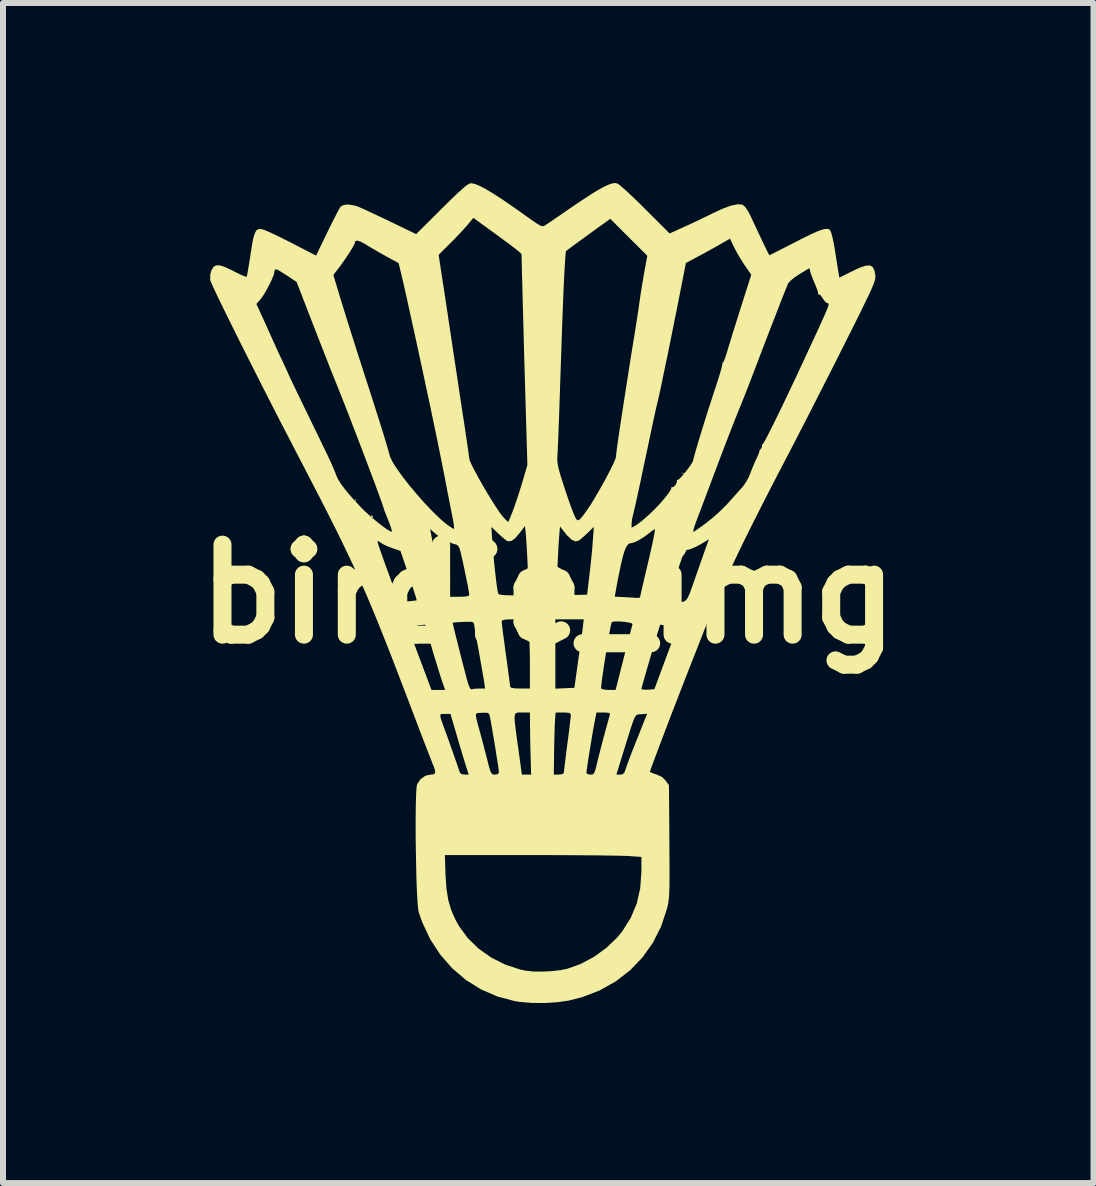
<source format=kicad_pcb>
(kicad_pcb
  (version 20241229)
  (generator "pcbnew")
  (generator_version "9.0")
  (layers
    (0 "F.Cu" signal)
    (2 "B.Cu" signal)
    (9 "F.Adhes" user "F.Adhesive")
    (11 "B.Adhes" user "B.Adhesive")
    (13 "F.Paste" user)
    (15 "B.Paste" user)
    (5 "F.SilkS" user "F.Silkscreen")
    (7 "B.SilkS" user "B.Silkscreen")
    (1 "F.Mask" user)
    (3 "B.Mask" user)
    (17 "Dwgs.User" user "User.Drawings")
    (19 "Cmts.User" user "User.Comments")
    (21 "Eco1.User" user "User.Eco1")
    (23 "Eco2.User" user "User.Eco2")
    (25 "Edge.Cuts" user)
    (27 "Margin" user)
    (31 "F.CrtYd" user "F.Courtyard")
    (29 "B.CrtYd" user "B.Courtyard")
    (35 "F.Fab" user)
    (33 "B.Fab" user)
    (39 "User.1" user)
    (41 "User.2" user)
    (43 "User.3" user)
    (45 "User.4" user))
  (footprint "birdie_img"
    (layer "F.Cu")
    (at 6.086 6.847)
    (property "Reference" "birdie_img" (at 0 0 0) (layer "F.SilkS") (effects (font (size 1.5 1.5) (thickness 0.3))))
    (attr board_only exclude_from_pos_files exclude_from_bom)
    (fp_poly (pts (xy -3.199 -1.564) (xy -3.21 -1.552) (xy -3.222 -1.564) (xy -3.21 -1.576)) (stroke (width 0) (type solid)) (fill yes) (layer "F.SilkS"))
    (fp_poly (pts (xy 2.258 -2.011) (xy 2.246 -1.999) (xy 2.234 -2.011) (xy 2.246 -2.023)) (stroke (width 0) (type solid)) (fill yes) (layer "F.SilkS"))
    (fp_poly (pts (xy -2.943 -1.308) (xy -2.918 -1.284) (xy -2.923 -1.27) (xy -2.927 -1.27) (xy -2.947 -1.287) (xy -2.954 -1.297) (xy -2.957 -1.313)) (stroke (width 0) (type solid)) (fill yes) (layer "F.SilkS"))
    (fp_poly (pts (xy 1.151 -6.84) (xy 1.152 -6.84) (xy 1.185 -6.817) (xy 1.245 -6.766) (xy 1.328 -6.691) (xy 1.427 -6.598) (xy 1.538 -6.49) (xy 1.616 -6.412) (xy 2.022 -6.007) (xy 2.263 -6.116) (xy 2.392 -6.175) (xy 2.535 -6.243) (xy 2.669 -6.308) (xy 2.723 -6.335) (xy 2.901 -6.418) (xy 3.047 -6.471) (xy 3.159 -6.494) (xy 3.236 -6.486) (xy 3.241 -6.484) (xy 3.283 -6.446) (xy 3.333 -6.371) (xy 3.373 -6.293) (xy 3.463 -6.1) (xy 3.535 -5.947) (xy 3.591 -5.829) (xy 3.632 -5.744) (xy 3.66 -5.687) (xy 3.677 -5.655) (xy 3.685 -5.644) (xy 3.685 -5.644) (xy 3.708 -5.655) (xy 3.765 -5.683) (xy 3.851 -5.727) (xy 3.958 -5.782) (xy 4.075 -5.842) (xy 4.249 -5.931) (xy 4.386 -5.998) (xy 4.493 -6.045) (xy 4.572 -6.073) (xy 4.629 -6.084) (xy 4.669 -6.08) (xy 4.694 -6.064) (xy 4.712 -6.026) (xy 4.734 -5.949) (xy 4.757 -5.841) (xy 4.775 -5.737) (xy 4.794 -5.616) (xy 4.812 -5.504) (xy 4.826 -5.413) (xy 4.835 -5.358) (xy 4.851 -5.271) (xy 5.059 -5.375) (xy 5.19 -5.437) (xy 5.289 -5.47) (xy 5.359 -5.474) (xy 5.405 -5.449) (xy 5.434 -5.393) (xy 5.45 -5.309) (xy 5.451 -5.285) (xy 5.448 -5.257) (xy 5.44 -5.221) (xy 5.425 -5.176) (xy 5.401 -5.115) (xy 5.366 -5.037) (xy 5.319 -4.937) (xy 5.258 -4.811) (xy 5.182 -4.656) (xy 5.089 -4.468) (xy 4.976 -4.244) (xy 4.918 -4.128) (xy 4.794 -3.881) (xy 4.66 -3.617) (xy 4.521 -3.344) (xy 4.382 -3.071) (xy 4.248 -2.809) (xy 4.122 -2.564) (xy 4.01 -2.348) (xy 3.95 -2.234) (xy 3.743 -1.836) (xy 3.558 -1.474) (xy 3.391 -1.143) (xy 3.24 -0.839) (xy 3.104 -0.555) (xy 2.98 -0.288) (xy 2.865 -0.033) (xy 2.758 0.216) (xy 2.656 0.463) (xy 2.568 0.682) (xy 2.461 0.956) (xy 2.368 1.192) (xy 2.288 1.397) (xy 2.218 1.577) (xy 2.155 1.739) (xy 2.097 1.889) (xy 2.041 2.033) (xy 1.986 2.178) (xy 1.928 2.331) (xy 1.903 2.397) (xy 1.845 2.549) (xy 1.794 2.685) (xy 1.751 2.801) (xy 1.718 2.89) (xy 1.699 2.946) (xy 1.693 2.963) (xy 1.714 2.977) (xy 1.766 2.996) (xy 1.797 3.005) (xy 1.895 3.049) (xy 1.956 3.11) (xy 2.011 3.187) (xy 2.018 4.124) (xy 2.019 4.362) (xy 2.02 4.557) (xy 2.02 4.717) (xy 2.019 4.844) (xy 2.017 4.946) (xy 2.013 5.026) (xy 2.007 5.091) (xy 2 5.146) (xy 1.99 5.195) (xy 1.978 5.244) (xy 1.978 5.245) (xy 1.88 5.541) (xy 1.743 5.812) (xy 1.57 6.056) (xy 1.362 6.272) (xy 1.124 6.456) (xy 0.857 6.606) (xy 0.564 6.719) (xy 0.344 6.775) (xy 0.156 6.803) (xy -0.055 6.816) (xy -0.271 6.815) (xy -0.472 6.798) (xy -0.553 6.786) (xy -0.847 6.708) (xy -1.122 6.589) (xy -1.374 6.431) (xy -1.601 6.237) (xy -1.8 6.01) (xy -1.968 5.753) (xy -2.102 5.467) (xy -2.159 5.303) (xy -2.168 5.25) (xy -2.177 5.157) (xy -2.185 5.031) (xy -2.192 4.878) (xy -2.198 4.703) (xy -2.202 4.514) (xy -2.205 4.351) (xy -1.723 4.351) (xy -1.712 4.686) (xy -1.697 4.908) (xy -1.667 5.097) (xy -1.618 5.266) (xy -1.548 5.426) (xy -1.485 5.539) (xy -1.34 5.736) (xy -1.158 5.912) (xy -0.947 6.061) (xy -0.713 6.178) (xy -0.464 6.259) (xy -0.371 6.278) (xy -0.251 6.291) (xy -0.103 6.293) (xy 0.054 6.285) (xy 0.203 6.268) (xy 0.318 6.245) (xy 0.541 6.165) (xy 0.761 6.047) (xy 0.967 5.898) (xy 1.147 5.726) (xy 1.236 5.617) (xy 1.376 5.393) (xy 1.474 5.158) (xy 1.532 4.904) (xy 1.552 4.626) (xy 1.552 4.614) (xy 1.552 4.382) (xy 1.323 4.366) (xy 1.257 4.364) (xy 1.15 4.361) (xy 1.005 4.359) (xy 0.829 4.356) (xy 0.625 4.355) (xy 0.399 4.353) (xy 0.156 4.352) (xy -0.098 4.351) (xy -0.315 4.351) (xy -1.723 4.351) (xy -2.205 4.351) (xy -2.206 4.317) (xy -2.209 4.117) (xy -2.21 3.921) (xy -2.21 3.735) (xy -2.208 3.565) (xy -2.205 3.417) (xy -2.2 3.298) (xy -2.194 3.214) (xy -2.186 3.171) (xy -2.128 3.085) (xy -2.046 3.028) (xy -1.961 3.01) (xy -1.91 3.005) (xy -1.886 2.984) (xy -1.887 2.939) (xy -1.913 2.863) (xy -1.928 2.827) (xy -1.948 2.776) (xy -1.982 2.689) (xy -2.028 2.571) (xy -2.083 2.429) (xy -2.144 2.27) (xy -2.208 2.101) (xy -2.22 2.07) (xy -2.241 2.014) (xy -1.798 2.014) (xy -1.798 2.044) (xy -1.784 2.096) (xy -1.755 2.179) (xy -1.712 2.297) (xy -1.7 2.328) (xy -1.655 2.454) (xy -1.606 2.593) (xy -1.562 2.719) (xy -1.55 2.752) (xy -1.518 2.844) (xy -1.492 2.921) (xy -1.474 2.971) (xy -1.471 2.981) (xy -1.442 3.002) (xy -1.393 3.01) (xy -1.326 3.01) (xy -1.391 2.805) (xy -1.424 2.698) (xy -1.464 2.564) (xy -1.507 2.42) (xy -1.542 2.299) (xy -1.621 2.029) (xy -1.207 2.029) (xy -1.198 2.081) (xy -1.176 2.165) (xy -1.143 2.285) (xy -1.137 2.305) (xy -1.107 2.418) (xy -1.071 2.555) (xy -1.035 2.693) (xy -1.018 2.758) (xy -0.99 2.868) (xy -0.969 2.94) (xy -0.95 2.983) (xy -0.931 3.003) (xy -0.907 3.01) (xy -0.889 3.01) (xy -0.839 3.002) (xy -0.823 2.97) (xy -0.823 2.964) (xy -0.827 2.928) (xy -0.837 2.856) (xy -0.853 2.755) (xy -0.872 2.635) (xy -0.893 2.504) (xy -0.915 2.373) (xy -0.936 2.25) (xy -0.954 2.145) (xy -0.969 2.065) (xy -0.972 2.052) (xy -0.562 2.052) (xy -0.559 2.118) (xy -0.549 2.213) (xy -0.532 2.343) (xy -0.509 2.513) (xy -0.502 2.558) (xy -0.44 3.01) (xy -0.363 3.01) (xy -0.286 3.01) (xy 0.092 3.01) (xy 0.175 3.01) (xy 0.235 3.003) (xy 0.259 2.982) (xy 0.259 2.981) (xy 0.259 2.98) (xy 0.635 2.98) (xy 0.656 3.003) (xy 0.701 3.01) (xy 1.135 3.01) (xy 1.199 3.01) (xy 1.241 3.004) (xy 1.268 2.976) (xy 1.291 2.914) (xy 1.292 2.91) (xy 1.313 2.85) (xy 1.346 2.759) (xy 1.388 2.648) (xy 1.435 2.529) (xy 1.44 2.516) (xy 1.488 2.396) (xy 1.534 2.28) (xy 1.573 2.181) (xy 1.6 2.113) (xy 1.602 2.109) (xy 1.647 1.996) (xy 1.549 2.004) (xy 1.517 2.005) (xy 1.492 2.008) (xy 1.471 2.018) (xy 1.452 2.039) (xy 1.432 2.076) (xy 1.409 2.135) (xy 1.38 2.221) (xy 1.343 2.338) (xy 1.295 2.492) (xy 1.26 2.605) (xy 1.135 3.01) (xy 0.701 3.01) (xy 0.735 3.008) (xy 0.758 2.993) (xy 0.776 2.958) (xy 0.795 2.892) (xy 0.81 2.828) (xy 0.83 2.745) (xy 0.859 2.634) (xy 0.892 2.504) (xy 0.928 2.369) (xy 0.963 2.239) (xy 0.994 2.127) (xy 1.017 2.043) (xy 1.025 2.017) (xy 1.027 1.992) (xy 1.004 1.98) (xy 0.948 1.976) (xy 0.92 1.976) (xy 0.803 1.976) (xy 0.778 2.099) (xy 0.765 2.169) (xy 0.747 2.267) (xy 0.727 2.385) (xy 0.706 2.513) (xy 0.685 2.641) (xy 0.666 2.761) (xy 0.651 2.863) (xy 0.64 2.939) (xy 0.635 2.978) (xy 0.635 2.98) (xy 0.259 2.98) (xy 0.262 2.949) (xy 0.27 2.879) (xy 0.283 2.777) (xy 0.298 2.652) (xy 0.316 2.512) (xy 0.317 2.505) (xy 0.336 2.363) (xy 0.352 2.235) (xy 0.364 2.129) (xy 0.373 2.054) (xy 0.376 2.017) (xy 0.376 2.017) (xy 0.368 1.992) (xy 0.338 1.98) (xy 0.274 1.976) (xy 0.249 1.976) (xy 0.122 1.976) (xy 0.112 2.111) (xy 0.108 2.182) (xy 0.105 2.288) (xy 0.101 2.418) (xy 0.098 2.558) (xy 0.097 2.628) (xy 0.092 3.01) (xy -0.286 3.01) (xy -0.294 2.734) (xy -0.298 2.592) (xy -0.301 2.435) (xy -0.303 2.288) (xy -0.304 2.217) (xy -0.306 1.976) (xy -0.435 1.976) (xy -0.481 1.975) (xy -0.516 1.977) (xy -0.54 1.987) (xy -0.555 2.01) (xy -0.562 2.052) (xy -0.972 2.052) (xy -0.977 2.027) (xy -0.989 1.995) (xy -1.016 1.981) (xy -1.07 1.979) (xy -1.105 1.98) (xy -1.153 1.982) (xy -1.185 1.986) (xy -1.203 1.999) (xy -1.207 2.029) (xy -1.621 2.029) (xy -1.629 1.999) (xy -1.722 1.999) (xy -1.76 1.999) (xy -1.786 2.001) (xy -1.798 2.014) (xy -2.241 2.014) (xy -2.364 1.691) (xy -2.495 1.35) (xy -2.613 1.043) (xy -2.723 0.764) (xy -2.809 0.549) (xy -2.32 0.549) (xy -2.319 0.575) (xy -2.302 0.637) (xy -2.274 0.724) (xy -2.237 0.827) (xy -2.236 0.829) (xy -2.184 0.967) (xy -2.125 1.123) (xy -2.069 1.273) (xy -2.041 1.346) (xy -1.947 1.599) (xy -1.833 1.599) (xy -1.719 1.599) (xy -1.766 1.464) (xy -1.793 1.383) (xy -1.829 1.269) (xy -1.87 1.134) (xy -1.914 0.991) (xy -1.955 0.85) (xy -1.991 0.726) (xy -2.018 0.629) (xy -2.022 0.615) (xy -2.049 0.512) (xy -2.177 0.522) (xy -2.251 0.531) (xy -2.304 0.542) (xy -2.32 0.549) (xy -2.809 0.549) (xy -2.825 0.507) (xy -2.837 0.478) (xy -1.592 0.478) (xy -1.591 0.491) (xy -1.583 0.527) (xy -1.568 0.59) (xy -1.545 0.684) (xy -1.513 0.811) (xy -1.472 0.974) (xy -1.42 1.178) (xy -1.376 1.348) (xy -1.345 1.463) (xy -1.32 1.538) (xy -1.3 1.578) (xy -1.282 1.59) (xy -1.277 1.589) (xy -1.232 1.58) (xy -1.165 1.576) (xy -1.148 1.576) (xy -1.053 1.576) (xy -1.069 1.464) (xy -1.079 1.403) (xy -1.096 1.306) (xy -1.117 1.184) (xy -1.141 1.049) (xy -1.156 0.964) (xy -1.181 0.831) (xy -1.202 0.71) (xy -1.219 0.61) (xy -1.231 0.542) (xy -1.234 0.517) (xy -1.24 0.487) (xy -1.255 0.47) (xy -1.285 0.464) (xy -0.776 0.464) (xy -0.773 0.499) (xy -0.764 0.573) (xy -0.751 0.679) (xy -0.733 0.808) (xy -0.714 0.955) (xy -0.706 1.011) (xy -0.685 1.161) (xy -0.667 1.296) (xy -0.652 1.409) (xy -0.641 1.493) (xy -0.636 1.54) (xy -0.635 1.546) (xy -0.617 1.563) (xy -0.561 1.573) (xy -0.47 1.576) (xy -0.306 1.576) (xy -0.306 1.215) (xy -0.307 1.067) (xy -0.31 0.914) (xy -0.314 0.774) (xy -0.32 0.66) (xy -0.321 0.639) (xy -0.336 0.423) (xy 0.118 0.423) (xy 0.118 1.001) (xy 0.118 1.578) (xy 0.276 1.571) (xy 0.363 1.567) (xy 0.88 1.567) (xy 0.881 1.575) (xy 0.912 1.589) (xy 0.972 1.598) (xy 1.009 1.599) (xy 1.121 1.599) (xy 1.126 1.583) (xy 1.552 1.583) (xy 1.573 1.593) (xy 1.626 1.596) (xy 1.66 1.595) (xy 1.768 1.587) (xy 1.907 1.211) (xy 1.958 1.074) (xy 2.008 0.939) (xy 2.053 0.82) (xy 2.088 0.726) (xy 2.103 0.688) (xy 2.132 0.61) (xy 2.144 0.566) (xy 2.14 0.546) (xy 2.121 0.541) (xy 2.118 0.541) (xy 2.069 0.538) (xy 1.998 0.53) (xy 1.97 0.526) (xy 1.864 0.512) (xy 1.811 0.685) (xy 1.773 0.811) (xy 1.733 0.947) (xy 1.692 1.088) (xy 1.652 1.224) (xy 1.616 1.349) (xy 1.586 1.454) (xy 1.565 1.532) (xy 1.553 1.577) (xy 1.552 1.583) (xy 1.126 1.583) (xy 1.258 1.064) (xy 1.297 0.912) (xy 1.333 0.774) (xy 1.363 0.657) (xy 1.386 0.569) (xy 1.4 0.516) (xy 1.404 0.503) (xy 1.388 0.489) (xy 1.339 0.476) (xy 1.269 0.465) (xy 1.193 0.459) (xy 1.123 0.458) (xy 1.073 0.463) (xy 1.058 0.471) (xy 1.048 0.504) (xy 1.033 0.573) (xy 1.014 0.673) (xy 0.993 0.794) (xy 0.971 0.928) (xy 0.948 1.068) (xy 0.927 1.205) (xy 0.908 1.331) (xy 0.893 1.439) (xy 0.884 1.521) (xy 0.88 1.567) (xy 0.363 1.567) (xy 0.435 1.564) (xy 0.496 1.129) (xy 0.517 0.98) (xy 0.537 0.838) (xy 0.554 0.712) (xy 0.568 0.613) (xy 0.575 0.559) (xy 0.591 0.423) (xy 0.354 0.423) (xy 0.118 0.423) (xy -0.336 0.423) (xy -0.556 0.423) (xy -0.66 0.424) (xy -0.725 0.428) (xy -0.76 0.437) (xy -0.774 0.451) (xy -0.776 0.464) (xy -1.285 0.464) (xy -1.29 0.464) (xy -1.356 0.464) (xy -1.414 0.466) (xy -1.498 0.47) (xy -1.561 0.475) (xy -1.591 0.478) (xy -1.592 0.478) (xy -2.837 0.478) (xy -2.923 0.269) (xy -3.018 0.043) (xy -3.114 -0.175) (xy -3.211 -0.391) (xy -3.313 -0.609) (xy -3.421 -0.834) (xy -3.44 -0.874) (xy -2.846 -0.874) (xy -2.838 -0.843) (xy -2.817 -0.777) (xy -2.784 -0.682) (xy -2.744 -0.568) (xy -2.715 -0.488) (xy -2.666 -0.354) (xy -2.619 -0.225) (xy -2.578 -0.111) (xy -2.547 -0.025) (xy -2.537 0.004) (xy -2.49 0.136) (xy -2.345 0.124) (xy -2.268 0.116) (xy -2.212 0.11) (xy -2.193 0.106) (xy -2.195 0.096) (xy 2.007 0.096) (xy 2.026 0.113) (xy 2.078 0.122) (xy 2.098 0.124) (xy 2.169 0.131) (xy 2.222 0.134) (xy 2.263 0.126) (xy 2.296 0.103) (xy 2.326 0.059) (xy 2.358 -0.012) (xy 2.395 -0.114) (xy 2.444 -0.254) (xy 2.458 -0.294) (xy 2.507 -0.434) (xy 2.553 -0.565) (xy 2.593 -0.679) (xy 2.624 -0.765) (xy 2.641 -0.814) (xy 2.677 -0.911) (xy 2.546 -0.832) (xy 2.464 -0.788) (xy 2.386 -0.754) (xy 2.34 -0.739) (xy 2.312 -0.733) (xy 2.289 -0.72) (xy 2.269 -0.696) (xy 2.247 -0.652) (xy 2.221 -0.583) (xy 2.187 -0.482) (xy 2.146 -0.357) (xy 2.105 -0.229) (xy 2.068 -0.114) (xy 2.038 -0.021) (xy 2.018 0.043) (xy 2.012 0.063) (xy 2.007 0.096) (xy -2.195 0.096) (xy -2.198 0.083) (xy -2.216 0.023) (xy -2.245 -0.068) (xy -2.282 -0.181) (xy -2.324 -0.308) (xy -2.463 -0.717) (xy -2.608 -0.767) (xy -2.691 -0.8) (xy -2.762 -0.834) (xy -2.799 -0.859) (xy -2.833 -0.882) (xy -2.846 -0.874) (xy -3.44 -0.874) (xy -3.538 -1.073) (xy -3.667 -1.329) (xy -3.809 -1.608) (xy -3.968 -1.915) (xy -4.144 -2.255) (xy -4.274 -2.505) (xy -4.397 -2.743) (xy -4.524 -2.989) (xy -4.652 -3.239) (xy -4.78 -3.49) (xy -4.905 -3.738) (xy -5.027 -3.98) (xy -5.143 -4.21) (xy -5.25 -4.427) (xy -5.349 -4.626) (xy -5.435 -4.802) (xy -5.45 -4.832) (xy -4.864 -4.832) (xy -4.766 -4.619) (xy -4.718 -4.514) (xy -4.672 -4.412) (xy -4.635 -4.329) (xy -4.623 -4.302) (xy -4.595 -4.239) (xy -4.553 -4.147) (xy -4.503 -4.037) (xy -4.453 -3.931) (xy -4.405 -3.829) (xy -4.366 -3.744) (xy -4.339 -3.684) (xy -4.328 -3.657) (xy -4.327 -3.657) (xy -4.317 -3.634) (xy -4.288 -3.571) (xy -4.24 -3.471) (xy -4.175 -3.336) (xy -4.093 -3.167) (xy -3.997 -2.969) (xy -3.887 -2.743) (xy -3.765 -2.491) (xy -3.669 -2.293) (xy -3.621 -2.19) (xy -3.576 -2.087) (xy -3.542 -2.002) (xy -3.537 -1.987) (xy -3.504 -1.913) (xy -3.452 -1.829) (xy -3.378 -1.731) (xy -3.278 -1.613) (xy -3.146 -1.47) (xy -3.116 -1.438) (xy -3.042 -1.365) (xy -2.955 -1.286) (xy -2.862 -1.209) (xy -2.773 -1.138) (xy -2.695 -1.081) (xy -2.636 -1.045) (xy -2.609 -1.035) (xy -2.607 -1.055) (xy -2.614 -1.081) (xy -1.969 -1.081) (xy -1.916 -0.805) (xy -1.866 -0.563) (xy -1.811 -0.321) (xy -1.755 -0.097) (xy -1.739 -0.041) (xy -1.715 0.047) (xy -1.516 0.047) (xy -1.416 0.045) (xy -1.41 0.045) (xy 1.107 0.045) (xy 1.265 0.053) (xy 1.355 0.058) (xy 1.432 0.063) (xy 1.476 0.066) (xy 1.517 0.064) (xy 1.529 0.056) (xy 1.534 0.03) (xy 1.549 -0.036) (xy 1.571 -0.134) (xy 1.6 -0.258) (xy 1.634 -0.403) (xy 1.66 -0.511) (xy 1.696 -0.665) (xy 1.727 -0.804) (xy 1.752 -0.921) (xy 1.769 -1.009) (xy 1.773 -1.035) (xy 2.416 -1.035) (xy 2.417 -1.035) (xy 2.442 -1.048) (xy 2.495 -1.084) (xy 2.569 -1.137) (xy 2.638 -1.188) (xy 2.747 -1.276) (xy 2.863 -1.38) (xy 2.968 -1.484) (xy 3.002 -1.521) (xy 3.08 -1.608) (xy 3.155 -1.692) (xy 3.216 -1.76) (xy 3.239 -1.785) (xy 3.289 -1.854) (xy 3.339 -1.945) (xy 3.366 -2.01) (xy 3.405 -2.109) (xy 3.448 -2.209) (xy 3.473 -2.264) (xy 3.502 -2.326) (xy 3.516 -2.366) (xy 3.515 -2.375) (xy 3.518 -2.389) (xy 3.538 -2.413) (xy 3.562 -2.45) (xy 3.562 -2.471) (xy 3.563 -2.492) (xy 3.569 -2.493) (xy 3.586 -2.514) (xy 3.621 -2.574) (xy 3.672 -2.672) (xy 3.737 -2.802) (xy 3.817 -2.963) (xy 3.908 -3.151) (xy 4.009 -3.363) (xy 4.119 -3.595) (xy 4.236 -3.846) (xy 4.359 -4.111) (xy 4.434 -4.273) (xy 4.513 -4.444) (xy 4.573 -4.577) (xy 4.618 -4.677) (xy 4.647 -4.748) (xy 4.665 -4.796) (xy 4.671 -4.825) (xy 4.669 -4.839) (xy 4.659 -4.844) (xy 4.65 -4.845) (xy 4.619 -4.864) (xy 4.582 -4.911) (xy 4.573 -4.926) (xy 4.54 -4.974) (xy 4.511 -4.994) (xy 4.505 -4.992) (xy 4.491 -4.99) (xy 4.496 -4.996) (xy 4.495 -5.024) (xy 4.477 -5.082) (xy 4.446 -5.158) (xy 4.446 -5.158) (xy 4.41 -5.243) (xy 4.381 -5.32) (xy 4.366 -5.366) (xy 4.351 -5.429) (xy 4.188 -5.331) (xy 4.107 -5.277) (xy 4.041 -5.224) (xy 4.001 -5.181) (xy 3.997 -5.174) (xy 3.979 -5.133) (xy 3.947 -5.052) (xy 3.901 -4.938) (xy 3.845 -4.793) (xy 3.779 -4.623) (xy 3.705 -4.433) (xy 3.626 -4.227) (xy 3.543 -4.011) (xy 3.471 -3.822) (xy 3.424 -3.699) (xy 3.383 -3.591) (xy 3.35 -3.505) (xy 3.328 -3.449) (xy 3.322 -3.434) (xy 3.308 -3.396) (xy 3.304 -3.387) (xy 3.302 -3.381) (xy 3.299 -3.372) (xy 3.291 -3.353) (xy 3.277 -3.318) (xy 3.254 -3.261) (xy 3.22 -3.176) (xy 3.172 -3.057) (xy 3.134 -2.963) (xy 3.091 -2.855) (xy 3.035 -2.712) (xy 2.97 -2.544) (xy 2.9 -2.361) (xy 2.829 -2.173) (xy 2.763 -1.999) (xy 2.698 -1.825) (xy 2.635 -1.658) (xy 2.577 -1.505) (xy 2.527 -1.372) (xy 2.487 -1.268) (xy 2.462 -1.199) (xy 2.459 -1.194) (xy 2.433 -1.117) (xy 2.417 -1.06) (xy 2.416 -1.035) (xy 1.773 -1.035) (xy 1.778 -1.062) (xy 1.778 -1.076) (xy 1.755 -1.069) (xy 1.71 -1.038) (xy 1.682 -1.015) (xy 1.608 -0.958) (xy 1.526 -0.906) (xy 1.448 -0.866) (xy 1.39 -0.847) (xy 1.381 -0.847) (xy 1.35 -0.84) (xy 1.321 -0.817) (xy 1.294 -0.774) (xy 1.267 -0.707) (xy 1.239 -0.611) (xy 1.209 -0.482) (xy 1.174 -0.316) (xy 1.135 -0.109) (xy 1.121 -0.03) (xy 1.107 0.045) (xy -1.41 0.045) (xy -1.355 0.04) (xy -1.325 0.029) (xy -1.323 0.025) (xy 0.134 0.025) (xy 0.39 0.018) (xy 0.647 0.012) (xy 0.686 -0.318) (xy 0.703 -0.464) (xy 0.719 -0.619) (xy 0.733 -0.764) (xy 0.742 -0.882) (xy 0.742 -0.882) (xy 0.758 -1.103) (xy 1.388 -1.103) (xy 1.461 -1.145) (xy 1.512 -1.181) (xy 1.584 -1.238) (xy 1.664 -1.308) (xy 1.69 -1.332) (xy 1.776 -1.415) (xy 1.86 -1.504) (xy 1.935 -1.591) (xy 1.996 -1.669) (xy 2.038 -1.731) (xy 2.053 -1.769) (xy 2.051 -1.776) (xy 2.051 -1.784) (xy 2.063 -1.779) (xy 2.091 -1.785) (xy 2.122 -1.819) (xy 2.142 -1.863) (xy 2.143 -1.893) (xy 2.148 -1.904) (xy 2.154 -1.899) (xy 2.174 -1.909) (xy 2.213 -1.947) (xy 2.263 -2.004) (xy 2.316 -2.07) (xy 2.364 -2.135) (xy 2.399 -2.19) (xy 2.413 -2.221) (xy 2.424 -2.268) (xy 2.447 -2.352) (xy 2.48 -2.466) (xy 2.521 -2.604) (xy 2.568 -2.758) (xy 2.619 -2.921) (xy 2.671 -3.086) (xy 2.723 -3.245) (xy 2.761 -3.363) (xy 2.807 -3.501) (xy 2.846 -3.625) (xy 2.876 -3.726) (xy 2.895 -3.799) (xy 2.902 -3.835) (xy 2.902 -3.838) (xy 2.905 -3.856) (xy 2.909 -3.857) (xy 2.925 -3.878) (xy 2.947 -3.933) (xy 2.972 -4.01) (xy 2.974 -4.016) (xy 2.993 -4.083) (xy 3.025 -4.186) (xy 3.065 -4.318) (xy 3.113 -4.469) (xy 3.164 -4.632) (xy 3.2 -4.747) (xy 3.382 -5.319) (xy 3.272 -5.478) (xy 3.209 -5.576) (xy 3.145 -5.684) (xy 3.096 -5.777) (xy 3.096 -5.778) (xy 3.028 -5.92) (xy 2.872 -5.831) (xy 2.779 -5.778) (xy 2.664 -5.714) (xy 2.547 -5.65) (xy 2.505 -5.628) (xy 2.293 -5.514) (xy 2.182 -4.95) (xy 2.135 -4.71) (xy 2.086 -4.469) (xy 2.039 -4.233) (xy 1.993 -4.006) (xy 1.949 -3.796) (xy 1.91 -3.607) (xy 1.876 -3.444) (xy 1.848 -3.315) (xy 1.827 -3.223) (xy 1.821 -3.198) (xy 1.813 -3.163) (xy 1.803 -3.124) (xy 1.792 -3.076) (xy 1.779 -3.016) (xy 1.762 -2.939) (xy 1.741 -2.841) (xy 1.715 -2.718) (xy 1.683 -2.566) (xy 1.644 -2.381) (xy 1.596 -2.157) (xy 1.541 -1.893) (xy 1.508 -1.742) (xy 1.478 -1.601) (xy 1.451 -1.479) (xy 1.429 -1.385) (xy 1.415 -1.326) (xy 1.412 -1.317) (xy 1.395 -1.241) (xy 1.388 -1.17) (xy 1.388 -1.169) (xy 1.388 -1.103) (xy 0.758 -1.103) (xy 0.759 -1.117) (xy 0.651 -1.013) (xy 0.589 -0.955) (xy 0.535 -0.909) (xy 0.507 -0.888) (xy 0.45 -0.877) (xy 0.388 -0.905) (xy 0.315 -0.975) (xy 0.284 -1.011) (xy 0.195 -1.125) (xy 0.18 -0.945) (xy 0.174 -0.857) (xy 0.167 -0.736) (xy 0.16 -0.594) (xy 0.153 -0.445) (xy 0.15 -0.37) (xy 0.134 0.025) (xy -1.323 0.025) (xy -1.317 0.012) (xy -1.322 -0.028) (xy -1.335 -0.104) (xy -1.355 -0.205) (xy -1.379 -0.321) (xy -1.404 -0.442) (xy -1.429 -0.558) (xy -1.452 -0.658) (xy -1.471 -0.733) (xy -1.482 -0.77) (xy -1.51 -0.811) (xy -1.534 -0.823) (xy -1.585 -0.836) (xy -1.661 -0.869) (xy -1.746 -0.914) (xy -1.827 -0.963) (xy -1.885 -1.008) (xy -1.969 -1.081) (xy -2.614 -1.081) (xy -2.621 -1.106) (xy -2.644 -1.17) (xy -2.676 -1.25) (xy -2.703 -1.319) (xy -2.716 -1.352) (xy -2.735 -1.401) (xy -2.741 -1.423) (xy -2.757 -1.472) (xy -2.787 -1.559) (xy -2.831 -1.679) (xy -2.885 -1.826) (xy -2.948 -1.994) (xy -3.018 -2.179) (xy -3.092 -2.375) (xy -3.169 -2.576) (xy -3.246 -2.776) (xy -3.321 -2.971) (xy -3.392 -3.154) (xy -3.458 -3.32) (xy -3.515 -3.464) (xy -3.522 -3.481) (xy -3.567 -3.593) (xy -3.626 -3.739) (xy -3.693 -3.911) (xy -3.767 -4.099) (xy -3.843 -4.293) (xy -3.917 -4.484) (xy -3.927 -4.51) (xy -4.194 -5.199) (xy -4.366 -5.313) (xy -4.369 -5.315) (xy -3.581 -5.315) (xy -3.459 -4.909) (xy -3.425 -4.798) (xy -3.379 -4.65) (xy -3.323 -4.471) (xy -3.259 -4.269) (xy -3.19 -4.051) (xy -3.117 -3.824) (xy -3.044 -3.596) (xy -3.01 -3.493) (xy -2.941 -3.279) (xy -2.876 -3.075) (xy -2.816 -2.886) (xy -2.763 -2.717) (xy -2.719 -2.573) (xy -2.685 -2.46) (xy -2.662 -2.382) (xy -2.655 -2.352) (xy -2.636 -2.288) (xy -2.606 -2.221) (xy -2.56 -2.142) (xy -2.491 -2.042) (xy -2.426 -1.952) (xy -2.312 -1.806) (xy -2.186 -1.656) (xy -2.056 -1.509) (xy -1.928 -1.375) (xy -1.811 -1.261) (xy -1.711 -1.175) (xy -1.693 -1.161) (xy -1.633 -1.118) (xy -1.588 -1.09) (xy -1.573 -1.082) (xy -1.57 -1.103) (xy -1.571 -1.117) (xy -0.948 -1.117) (xy -0.932 -0.862) (xy -0.924 -0.751) (xy -0.912 -0.622) (xy -0.898 -0.485) (xy -0.884 -0.349) (xy -0.869 -0.224) (xy -0.855 -0.119) (xy -0.843 -0.042) (xy -0.835 -0.006) (xy -0.813 0.009) (xy -0.757 0.018) (xy -0.661 0.023) (xy -0.574 0.024) (xy -0.324 0.024) (xy -0.341 -0.406) (xy -0.347 -0.555) (xy -0.355 -0.7) (xy -0.362 -0.829) (xy -0.369 -0.931) (xy -0.373 -0.984) (xy -0.388 -1.132) (xy -0.478 -1.014) (xy -0.552 -0.928) (xy -0.615 -0.883) (xy -0.67 -0.878) (xy -0.693 -0.887) (xy -0.727 -0.913) (xy -0.783 -0.961) (xy -0.838 -1.012) (xy -0.948 -1.117) (xy -1.571 -1.117) (xy -1.575 -1.158) (xy -1.588 -1.236) (xy -1.589 -1.241) (xy -1.602 -1.305) (xy -1.622 -1.408) (xy -1.648 -1.542) (xy -1.679 -1.699) (xy -1.712 -1.873) (xy -1.747 -2.054) (xy -1.753 -2.081) (xy -1.783 -2.233) (xy -1.819 -2.411) (xy -1.86 -2.613) (xy -1.906 -2.833) (xy -1.955 -3.068) (xy -2.007 -3.313) (xy -2.061 -3.564) (xy -2.115 -3.817) (xy -2.169 -4.067) (xy -2.222 -4.311) (xy -2.273 -4.543) (xy -2.321 -4.761) (xy -2.365 -4.959) (xy -2.404 -5.134) (xy -2.438 -5.28) (xy -2.465 -5.395) (xy -2.484 -5.473) (xy -2.495 -5.51) (xy -2.496 -5.513) (xy -2.519 -5.526) (xy -2.574 -5.557) (xy -2.651 -5.598) (xy -2.693 -5.621) (xy -2.746 -5.651) (xy -1.827 -5.651) (xy -1.761 -5.218) (xy -1.739 -5.077) (xy -1.712 -4.901) (xy -1.682 -4.7) (xy -1.65 -4.488) (xy -1.618 -4.274) (xy -1.589 -4.08) (xy -1.557 -3.868) (xy -1.522 -3.638) (xy -1.487 -3.403) (xy -1.453 -3.178) (xy -1.422 -2.976) (xy -1.4 -2.834) (xy -1.377 -2.678) (xy -1.356 -2.537) (xy -1.338 -2.417) (xy -1.326 -2.325) (xy -1.318 -2.268) (xy -1.317 -2.255) (xy -1.305 -2.215) (xy -1.272 -2.142) (xy -1.222 -2.045) (xy -1.16 -1.93) (xy -1.089 -1.806) (xy -1.015 -1.679) (xy -0.941 -1.558) (xy -0.872 -1.449) (xy -0.812 -1.36) (xy -0.765 -1.298) (xy -0.759 -1.29) (xy -0.711 -1.239) (xy -0.678 -1.206) (xy -0.669 -1.199) (xy -0.658 -1.22) (xy -0.635 -1.274) (xy -0.603 -1.352) (xy -0.591 -1.383) (xy -0.556 -1.48) (xy -0.513 -1.606) (xy -0.469 -1.743) (xy -0.434 -1.857) (xy -0.348 -2.149) (xy -0.351 -2.255) (xy 0.15 -2.255) (xy 0.153 -2.189) (xy 0.165 -2.118) (xy 0.188 -2.03) (xy 0.223 -1.912) (xy 0.238 -1.867) (xy 0.281 -1.734) (xy 0.327 -1.597) (xy 0.371 -1.474) (xy 0.405 -1.382) (xy 0.441 -1.294) (xy 0.469 -1.242) (xy 0.497 -1.226) (xy 0.531 -1.247) (xy 0.58 -1.306) (xy 0.646 -1.398) (xy 0.703 -1.482) (xy 0.768 -1.588) (xy 0.838 -1.708) (xy 0.909 -1.834) (xy 0.977 -1.958) (xy 1.037 -2.074) (xy 1.085 -2.172) (xy 1.117 -2.246) (xy 1.129 -2.288) (xy 1.129 -2.288) (xy 1.132 -2.333) (xy 1.142 -2.413) (xy 1.156 -2.518) (xy 1.173 -2.636) (xy 1.175 -2.649) (xy 1.225 -2.977) (xy 1.272 -3.282) (xy 1.315 -3.558) (xy 1.353 -3.802) (xy 1.386 -4.012) (xy 1.414 -4.181) (xy 1.434 -4.304) (xy 1.457 -4.45) (xy 1.483 -4.616) (xy 1.507 -4.776) (xy 1.517 -4.845) (xy 1.538 -4.99) (xy 1.564 -5.152) (xy 1.59 -5.308) (xy 1.602 -5.375) (xy 1.65 -5.635) (xy 1.341 -5.943) (xy 1.033 -6.251) (xy 0.675 -5.993) (xy 0.562 -5.91) (xy 0.46 -5.836) (xy 0.378 -5.776) (xy 0.322 -5.734) (xy 0.297 -5.715) (xy 0.291 -5.686) (xy 0.284 -5.61) (xy 0.276 -5.487) (xy 0.266 -5.318) (xy 0.256 -5.101) (xy 0.245 -4.838) (xy 0.233 -4.527) (xy 0.221 -4.17) (xy 0.207 -3.766) (xy 0.192 -3.314) (xy 0.189 -3.234) (xy 0.183 -3.042) (xy 0.176 -2.858) (xy 0.17 -2.689) (xy 0.164 -2.543) (xy 0.159 -2.426) (xy 0.155 -2.346) (xy 0.153 -2.325) (xy 0.15 -2.255) (xy -0.351 -2.255) (xy -0.375 -3.056) (xy -0.382 -3.307) (xy -0.39 -3.585) (xy -0.399 -3.877) (xy -0.407 -4.17) (xy -0.414 -4.448) (xy -0.421 -4.7) (xy -0.424 -4.798) (xy -0.429 -4.992) (xy -0.433 -5.172) (xy -0.438 -5.331) (xy -0.441 -5.465) (xy -0.444 -5.568) (xy -0.445 -5.634) (xy -0.446 -5.658) (xy -0.452 -5.669) (xy -0.47 -5.688) (xy -0.505 -5.718) (xy -0.56 -5.761) (xy -0.637 -5.82) (xy -0.742 -5.897) (xy -0.876 -5.996) (xy -1.044 -6.118) (xy -1.12 -6.173) (xy -1.248 -6.267) (xy -1.345 -6.15) (xy -1.404 -6.083) (xy -1.484 -5.997) (xy -1.574 -5.903) (xy -1.635 -5.842) (xy -1.827 -5.651) (xy -2.746 -5.651) (xy -2.801 -5.681) (xy -2.915 -5.747) (xy -3.013 -5.806) (xy -3.027 -5.815) (xy -3.121 -5.868) (xy -3.184 -5.889) (xy -3.216 -5.878) (xy -3.222 -5.854) (xy -3.235 -5.82) (xy -3.27 -5.757) (xy -3.321 -5.675) (xy -3.382 -5.584) (xy -3.447 -5.491) (xy -3.486 -5.439) (xy -3.581 -5.315) (xy -4.369 -5.315) (xy -4.455 -5.37) (xy -4.513 -5.402) (xy -4.546 -5.409) (xy -4.56 -5.393) (xy -4.563 -5.369) (xy -4.574 -5.321) (xy -4.604 -5.245) (xy -4.647 -5.155) (xy -4.696 -5.062) (xy -4.745 -4.98) (xy -4.787 -4.92) (xy -4.791 -4.914) (xy -4.864 -4.832) (xy -5.45 -4.832) (xy -5.509 -4.954) (xy -5.567 -5.077) (xy -5.608 -5.166) (xy -5.63 -5.22) (xy -5.634 -5.231) (xy -5.633 -5.323) (xy -5.612 -5.394) (xy -5.581 -5.447) (xy -5.537 -5.475) (xy -5.476 -5.476) (xy -5.391 -5.449) (xy -5.276 -5.396) (xy -5.235 -5.374) (xy -5.148 -5.331) (xy -5.079 -5.3) (xy -5.035 -5.285) (xy -5.025 -5.286) (xy -5.018 -5.314) (xy -5.006 -5.381) (xy -4.99 -5.476) (xy -4.971 -5.593) (xy -4.962 -5.656) (xy -4.937 -5.814) (xy -4.915 -5.929) (xy -4.891 -6.009) (xy -4.865 -6.057) (xy -4.831 -6.079) (xy -4.789 -6.081) (xy -4.736 -6.067) (xy -4.686 -6.047) (xy -4.603 -6.009) (xy -4.495 -5.958) (xy -4.372 -5.897) (xy -4.257 -5.838) (xy -3.869 -5.638) (xy -3.681 -6.027) (xy -3.619 -6.154) (xy -3.562 -6.267) (xy -3.514 -6.36) (xy -3.478 -6.425) (xy -3.46 -6.454) (xy -3.406 -6.483) (xy -3.323 -6.489) (xy -3.221 -6.47) (xy -3.184 -6.459) (xy -3.135 -6.439) (xy -3.052 -6.402) (xy -2.943 -6.351) (xy -2.815 -6.291) (xy -2.677 -6.226) (xy -2.647 -6.211) (xy -2.202 -5.996) (xy -1.776 -6.42) (xy -1.637 -6.557) (xy -1.527 -6.663) (xy -1.442 -6.741) (xy -1.379 -6.795) (xy -1.333 -6.827) (xy -1.3 -6.842) (xy -1.288 -6.844) (xy -1.23 -6.834) (xy -1.152 -6.804) (xy -1.049 -6.751) (xy -0.921 -6.674) (xy -0.764 -6.573) (xy -0.577 -6.444) (xy -0.355 -6.287) (xy -0.341 -6.277) (xy -0.242 -6.207) (xy -0.173 -6.161) (xy -0.127 -6.136) (xy -0.095 -6.128) (xy -0.069 -6.133) (xy -0.055 -6.141) (xy -0.017 -6.166) (xy 0.05 -6.211) (xy 0.14 -6.273) (xy 0.243 -6.343) (xy 0.287 -6.374) (xy 0.487 -6.511) (xy 0.654 -6.621) (xy 0.791 -6.708) (xy 0.901 -6.771) (xy 0.989 -6.814) (xy 1.057 -6.839) (xy 1.11 -6.847)) (stroke (width 0) (type solid)) (fill yes) (layer "F.SilkS")))
  (gr_rect
    (start -3 -3)
    (end 15.171 16.663)
    (stroke (width 0.1) (type default))
    (fill no)
    (layer "Edge.Cuts")))
</source>
